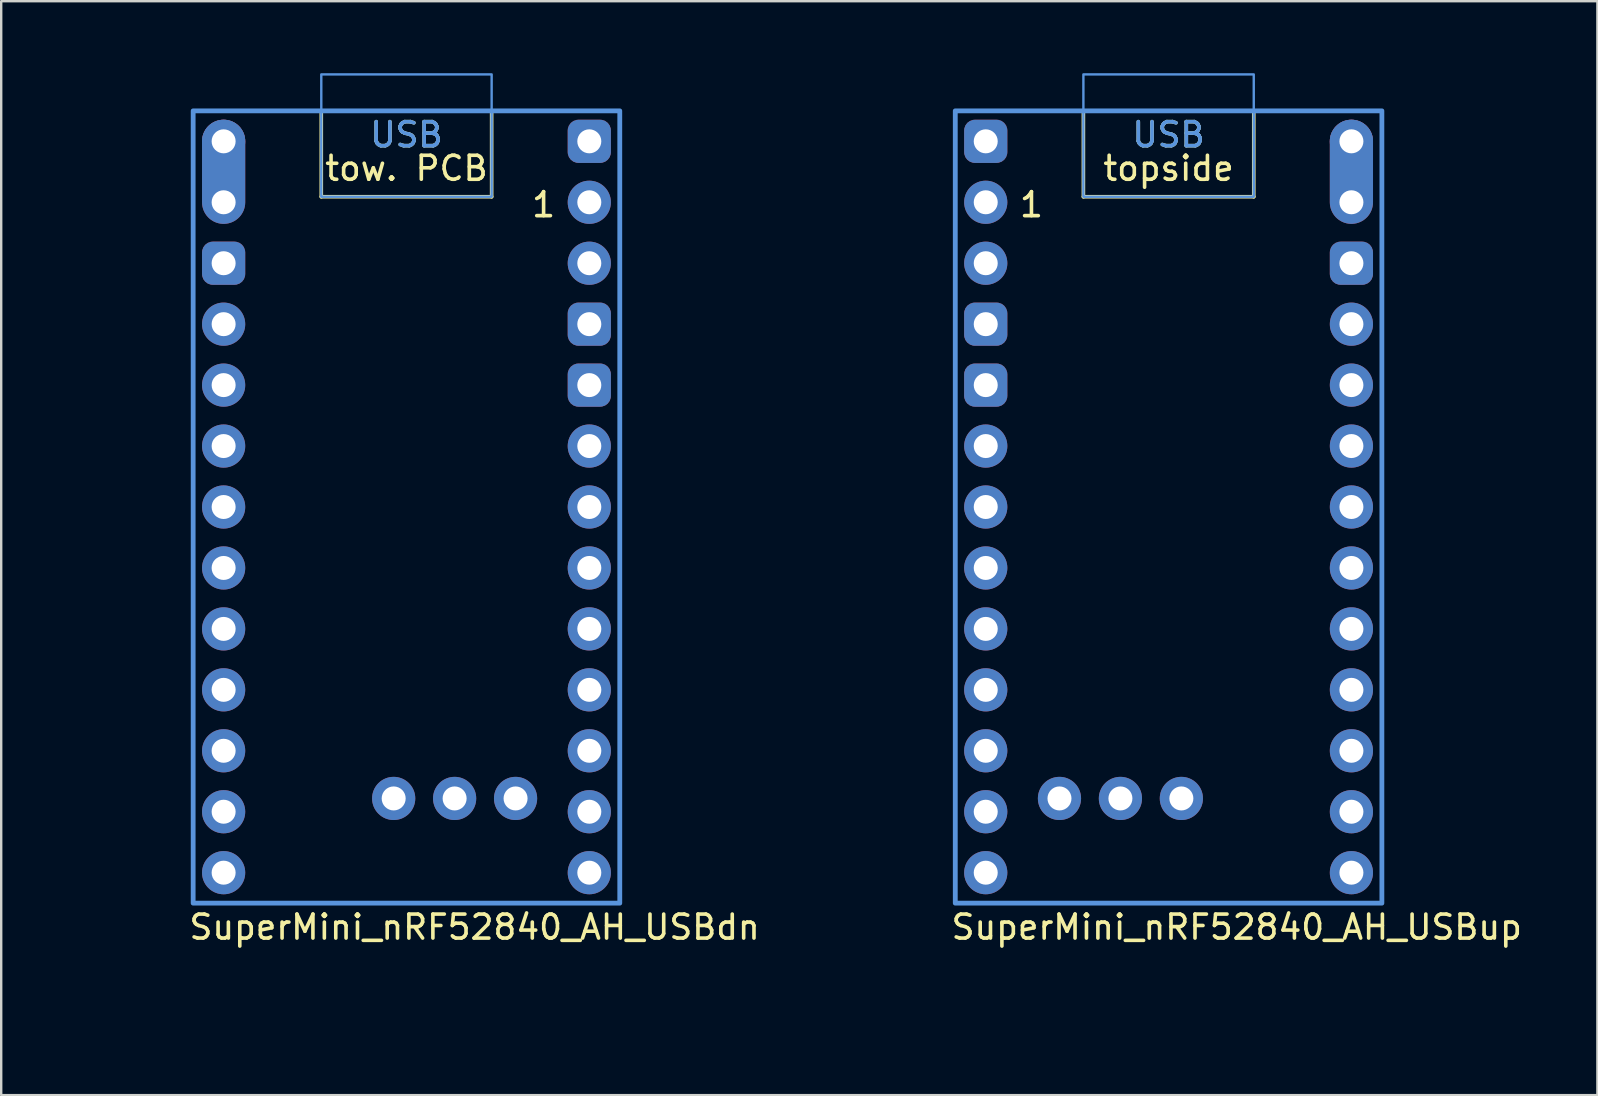
<source format=kicad_pcb>
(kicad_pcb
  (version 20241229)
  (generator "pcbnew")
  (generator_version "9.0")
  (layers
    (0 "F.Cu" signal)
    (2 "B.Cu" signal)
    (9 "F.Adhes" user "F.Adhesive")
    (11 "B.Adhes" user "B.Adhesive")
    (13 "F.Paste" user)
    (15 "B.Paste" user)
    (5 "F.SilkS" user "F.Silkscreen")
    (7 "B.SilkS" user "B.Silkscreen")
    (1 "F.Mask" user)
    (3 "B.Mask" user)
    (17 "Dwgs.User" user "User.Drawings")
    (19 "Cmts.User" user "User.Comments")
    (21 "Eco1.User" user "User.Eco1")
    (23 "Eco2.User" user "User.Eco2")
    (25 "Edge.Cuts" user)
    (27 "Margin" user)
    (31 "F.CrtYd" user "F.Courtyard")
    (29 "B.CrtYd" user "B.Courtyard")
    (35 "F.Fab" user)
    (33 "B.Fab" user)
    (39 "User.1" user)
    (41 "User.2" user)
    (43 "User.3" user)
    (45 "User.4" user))
  (footprint "SuperMini_nRF52840_AH_USBdn"
    (layer "F.Cu")
    (at 13.89 19.35)
    (property "Reference" "SuperMini_nRF52840_AH_USBdn" (at -9.14 16.24 0) (layer "F.SilkS") (effects (font (size 1 1) (thickness 0.15)) (justify left)))
    (attr through_hole exclude_from_pos_files exclude_from_bom)
    (fp_line (start -3.55 -14.2) (end -3.55 -17.78) (stroke (width 0.15) (type default)) (layer "F.SilkS"))
    (fp_line (start 3.55 -14.2) (end -3.55 -14.2) (stroke (width 0.15) (type default)) (layer "F.SilkS"))
    (fp_line (start 3.55 -14.2) (end 3.55 -17.78) (stroke (width 0.15) (type default)) (layer "F.SilkS"))
    (fp_rect (start -8.89 -17.78) (end 8.89 15.24) (stroke (width 0.15) (type solid)) (fill no) (layer "F.SilkS"))
    (fp_rect (start -3.55 -19.3) (end 3.55 -14.2) (stroke (width 0.1) (type default)) (fill no) (layer "Cmts.User"))
    (fp_rect (start 8.89 -17.78) (end -8.89 15.24) (stroke (width 0.2) (type solid)) (fill no) (layer "Cmts.User"))
    (fp_text user "1" (at 5.715 -13.283 0) (layer "F.SilkS") (effects (font (size 1 1) (thickness 0.15)) (justify bottom)))
    (fp_text user "USB" (at 0 -16.2 0) (unlocked yes) (layer "F.SilkS") (effects (font (size 1 1) (thickness 0.15)) (justify bottom)))
    (fp_text user "tow. PCB" (at 0 -14.8 0) (unlocked yes) (layer "F.SilkS") (effects (font (size 1 1) (thickness 0.15)) (justify bottom)))
    (fp_text user "USB" (at 0 -16.2 0) (layer "Cmts.User") (effects (font (size 1 1) (thickness 0.15)) (justify bottom)))
    (pad "1" thru_hole circle (at 7.62 -13.97) (size 1.8 1.8) (drill 1) (layers "*.Cu" "B.Mask"))
    (pad "2" thru_hole circle (at 7.62 -11.43) (size 1.8 1.8) (drill 1) (layers "*.Cu" "B.Mask"))
    (pad "3" thru_hole roundrect (at 7.62 -8.89) (size 1.8 1.8) (drill 1) (layers "*.Cu" "B.Mask") (roundrect_rratio 0.25))
    (pad "4" thru_hole roundrect (at 7.62 -6.35) (size 1.8 1.8) (drill 1) (layers "*.Cu" "B.Mask") (roundrect_rratio 0.25))
    (pad "5" thru_hole circle (at 7.62 -3.81) (size 1.8 1.8) (drill 1) (layers "*.Cu" "B.Mask"))
    (pad "6" thru_hole circle (at 7.62 -1.27) (size 1.8 1.8) (drill 1) (layers "*.Cu" "B.Mask"))
    (pad "7" thru_hole circle (at 7.62 1.27) (size 1.8 1.8) (drill 1) (layers "*.Cu" "B.Mask"))
    (pad "8" thru_hole circle (at 7.62 3.81) (size 1.8 1.8) (drill 1) (layers "*.Cu" "B.Mask"))
    (pad "9" thru_hole circle (at 7.62 6.35) (size 1.8 1.8) (drill 1) (layers "*.Cu" "B.Mask"))
    (pad "10" thru_hole circle (at 7.62 8.89) (size 1.8 1.8) (drill 1) (layers "*.Cu" "B.Mask"))
    (pad "11" thru_hole circle (at 7.62 11.43) (size 1.8 1.8) (drill 1) (layers "*.Cu" "B.Mask"))
    (pad "12" thru_hole circle (at 7.62 13.97) (size 1.8 1.8) (drill 1) (layers "*.Cu" "B.Mask"))
    (pad "13" thru_hole oval (at -7.62 -13.97) (size 1.8 4.34) (drill 1 (offset 0 -1.27)) (layers "*.Cu" "B.Mask"))
    (pad "14" thru_hole roundrect (at -7.62 -11.43) (size 1.8 1.8) (drill 1) (layers "*.Cu" "B.Mask") (roundrect_rratio 0.25))
    (pad "15" thru_hole circle (at -7.62 -8.89) (size 1.8 1.8) (drill 1) (layers "*.Cu" "B.Mask"))
    (pad "16" thru_hole circle (at -7.62 -6.35) (size 1.8 1.8) (drill 1) (layers "*.Cu" "B.Mask"))
    (pad "17" thru_hole circle (at -7.62 -3.81) (size 1.8 1.8) (drill 1) (layers "*.Cu" "B.Mask"))
    (pad "18" thru_hole circle (at -7.62 -1.27) (size 1.8 1.8) (drill 1) (layers "*.Cu" "B.Mask"))
    (pad "19" thru_hole circle (at -7.62 1.27) (size 1.8 1.8) (drill 1) (layers "*.Cu" "B.Mask"))
    (pad "20" thru_hole circle (at -7.62 3.81) (size 1.8 1.8) (drill 1) (layers "*.Cu" "B.Mask"))
    (pad "21" thru_hole circle (at -7.62 6.35) (size 1.8 1.8) (drill 1) (layers "*.Cu" "B.Mask"))
    (pad "22" thru_hole circle (at -7.62 8.89) (size 1.8 1.8) (drill 1) (layers "*.Cu" "B.Mask"))
    (pad "23" thru_hole circle (at -7.62 11.43) (size 1.8 1.8) (drill 1) (layers "*.Cu" "B.Mask"))
    (pad "24" thru_hole circle (at -7.62 13.97) (size 1.8 1.8) (drill 1) (layers "*.Cu" "B.Mask"))
    (pad "25" thru_hole circle (at 4.547 10.876) (size 1.8 1.8) (drill 1) (layers "*.Cu" "B.Mask"))
    (pad "26" thru_hole circle (at 2.007 10.876) (size 1.8 1.8) (drill 1) (layers "*.Cu" "B.Mask"))
    (pad "27" thru_hole circle (at -0.533 10.876) (size 1.8 1.8) (drill 1) (layers "*.Cu" "B.Mask"))
    (pad "28" thru_hole roundrect (at 7.62 -16.51) (size 1.8 1.8) (drill 1) (layers "*.Cu" "B.Mask") (roundrect_rratio 0.25))
    (pad "29" thru_hole circle (at -7.62 -16.51) (size 1.8 1.8) (drill 1) (layers "*.Cu" "B.Mask"))
    (zone (net_name "") (layers "F.Cu" "B.Cu") (name "ANT") (hatch edge 0.5) (connect_pads) (min_thickness 0.25) (filled_areas_thickness no) (keepout (tracks allowed) (vias allowed) (pads allowed) (copperpour not_allowed) (footprints allowed)) (placement (enabled no)) (fill) (polygon (pts (xy 0 29.51) (xy 27.78 29.51) (xy 27.78 39.59) (xy 0 39.59)))))
  (footprint "SuperMini_nRF52840_AH_USBup"
    (layer "F.Cu")
    (at 45.652 19.35)
    (property "Reference" "SuperMini_nRF52840_AH_USBup" (at -9.14 16.24 0) (layer "F.SilkS") (effects (font (size 1 1) (thickness 0.15)) (justify left)))
    (attr through_hole exclude_from_pos_files exclude_from_bom)
    (fp_line (start -3.55 -14.2) (end -3.55 -17.78) (stroke (width 0.15) (type default)) (layer "F.SilkS"))
    (fp_line (start 3.55 -14.2) (end -3.55 -14.2) (stroke (width 0.15) (type default)) (layer "F.SilkS"))
    (fp_line (start 3.55 -14.2) (end 3.55 -17.78) (stroke (width 0.15) (type default)) (layer "F.SilkS"))
    (fp_rect (start -8.89 -17.78) (end 8.89 15.24) (stroke (width 0.15) (type solid)) (fill no) (layer "F.SilkS"))
    (fp_rect (start -3.55 -19.3) (end 3.55 -14.2) (stroke (width 0.1) (type default)) (fill no) (layer "Cmts.User"))
    (fp_rect (start 8.89 -17.78) (end -8.89 15.24) (stroke (width 0.2) (type solid)) (fill no) (layer "Cmts.User"))
    (fp_text user "1" (at -5.715 -13.283 0) (layer "F.SilkS") (effects (font (size 1 1) (thickness 0.15)) (justify bottom)))
    (fp_text user "USB" (at 0 -16.2 0) (unlocked yes) (layer "F.SilkS") (effects (font (size 1 1) (thickness 0.15)) (justify bottom)))
    (fp_text user "topside" (at 0 -14.8 0) (unlocked yes) (layer "F.SilkS") (effects (font (size 1 1) (thickness 0.15)) (justify bottom)))
    (fp_text user "USB" (at 0 -16.2 0) (layer "Cmts.User") (effects (font (size 1 1) (thickness 0.15)) (justify bottom)))
    (pad "1" thru_hole circle (at -7.62 -13.97) (size 1.8 1.8) (drill 1) (layers "*.Cu" "B.Mask"))
    (pad "2" thru_hole circle (at -7.62 -11.43) (size 1.8 1.8) (drill 1) (layers "*.Cu" "B.Mask"))
    (pad "3" thru_hole roundrect (at -7.62 -8.89) (size 1.8 1.8) (drill 1) (layers "*.Cu" "B.Mask") (roundrect_rratio 0.25))
    (pad "4" thru_hole roundrect (at -7.62 -6.35) (size 1.8 1.8) (drill 1) (layers "*.Cu" "B.Mask") (roundrect_rratio 0.25))
    (pad "5" thru_hole circle (at -7.62 -3.81) (size 1.8 1.8) (drill 1) (layers "*.Cu" "B.Mask"))
    (pad "6" thru_hole circle (at -7.62 -1.27) (size 1.8 1.8) (drill 1) (layers "*.Cu" "B.Mask"))
    (pad "7" thru_hole circle (at -7.62 1.27) (size 1.8 1.8) (drill 1) (layers "*.Cu" "B.Mask"))
    (pad "8" thru_hole circle (at -7.62 3.81) (size 1.8 1.8) (drill 1) (layers "*.Cu" "B.Mask"))
    (pad "9" thru_hole circle (at -7.62 6.35) (size 1.8 1.8) (drill 1) (layers "*.Cu" "B.Mask"))
    (pad "10" thru_hole circle (at -7.62 8.89) (size 1.8 1.8) (drill 1) (layers "*.Cu" "B.Mask"))
    (pad "11" thru_hole circle (at -7.62 11.43) (size 1.8 1.8) (drill 1) (layers "*.Cu" "B.Mask"))
    (pad "12" thru_hole circle (at -7.62 13.97) (size 1.8 1.8) (drill 1) (layers "*.Cu" "B.Mask"))
    (pad "13" thru_hole oval (at 7.62 -13.97) (size 1.8 4.34) (drill 1 (offset 0 -1.27)) (layers "*.Cu" "B.Mask"))
    (pad "14" thru_hole roundrect (at 7.62 -11.43) (size 1.8 1.8) (drill 1) (layers "*.Cu" "B.Mask") (roundrect_rratio 0.25))
    (pad "15" thru_hole circle (at 7.62 -8.89) (size 1.8 1.8) (drill 1) (layers "*.Cu" "B.Mask"))
    (pad "16" thru_hole circle (at 7.62 -6.35) (size 1.8 1.8) (drill 1) (layers "*.Cu" "B.Mask"))
    (pad "17" thru_hole circle (at 7.62 -3.81) (size 1.8 1.8) (drill 1) (layers "*.Cu" "B.Mask"))
    (pad "18" thru_hole circle (at 7.62 -1.27) (size 1.8 1.8) (drill 1) (layers "*.Cu" "B.Mask"))
    (pad "19" thru_hole circle (at 7.62 1.27) (size 1.8 1.8) (drill 1) (layers "*.Cu" "B.Mask"))
    (pad "20" thru_hole circle (at 7.62 3.81) (size 1.8 1.8) (drill 1) (layers "*.Cu" "B.Mask"))
    (pad "21" thru_hole circle (at 7.62 6.35) (size 1.8 1.8) (drill 1) (layers "*.Cu" "B.Mask"))
    (pad "22" thru_hole circle (at 7.62 8.89) (size 1.8 1.8) (drill 1) (layers "*.Cu" "B.Mask"))
    (pad "23" thru_hole circle (at 7.62 11.43) (size 1.8 1.8) (drill 1) (layers "*.Cu" "B.Mask"))
    (pad "24" thru_hole circle (at 7.62 13.97) (size 1.8 1.8) (drill 1) (layers "*.Cu" "B.Mask"))
    (pad "25" thru_hole circle (at -4.547 10.876) (size 1.8 1.8) (drill 1) (layers "*.Cu" "B.Mask"))
    (pad "26" thru_hole circle (at -2.007 10.876) (size 1.8 1.8) (drill 1) (layers "*.Cu" "B.Mask"))
    (pad "27" thru_hole circle (at 0.533 10.876) (size 1.8 1.8) (drill 1) (layers "*.Cu" "B.Mask"))
    (pad "28" thru_hole roundrect (at -7.62 -16.51) (size 1.8 1.8) (drill 1) (layers "*.Cu" "B.Mask") (roundrect_rratio 0.25))
    (pad "29" thru_hole circle (at 7.62 -16.51) (size 1.8 1.8) (drill 1) (layers "*.Cu" "B.Mask"))
    (zone (net_name "") (layers "F.Cu" "B.Cu") (name "ANT") (hatch edge 0.5) (connect_pads) (min_thickness 0.25) (filled_areas_thickness no) (keepout (tracks allowed) (vias allowed) (pads allowed) (copperpour not_allowed) (footprints allowed)) (placement (enabled no)) (fill) (polygon (pts (xy 31.762 29.51) (xy 59.542 29.51) (xy 59.542 39.59) (xy 31.762 39.59)))))
  (gr_rect
    (start -3 -3)
    (end 63.524 42.59)
    (stroke (width 0.1) (type default))
    (fill no)
    (layer "Edge.Cuts")))
</source>
